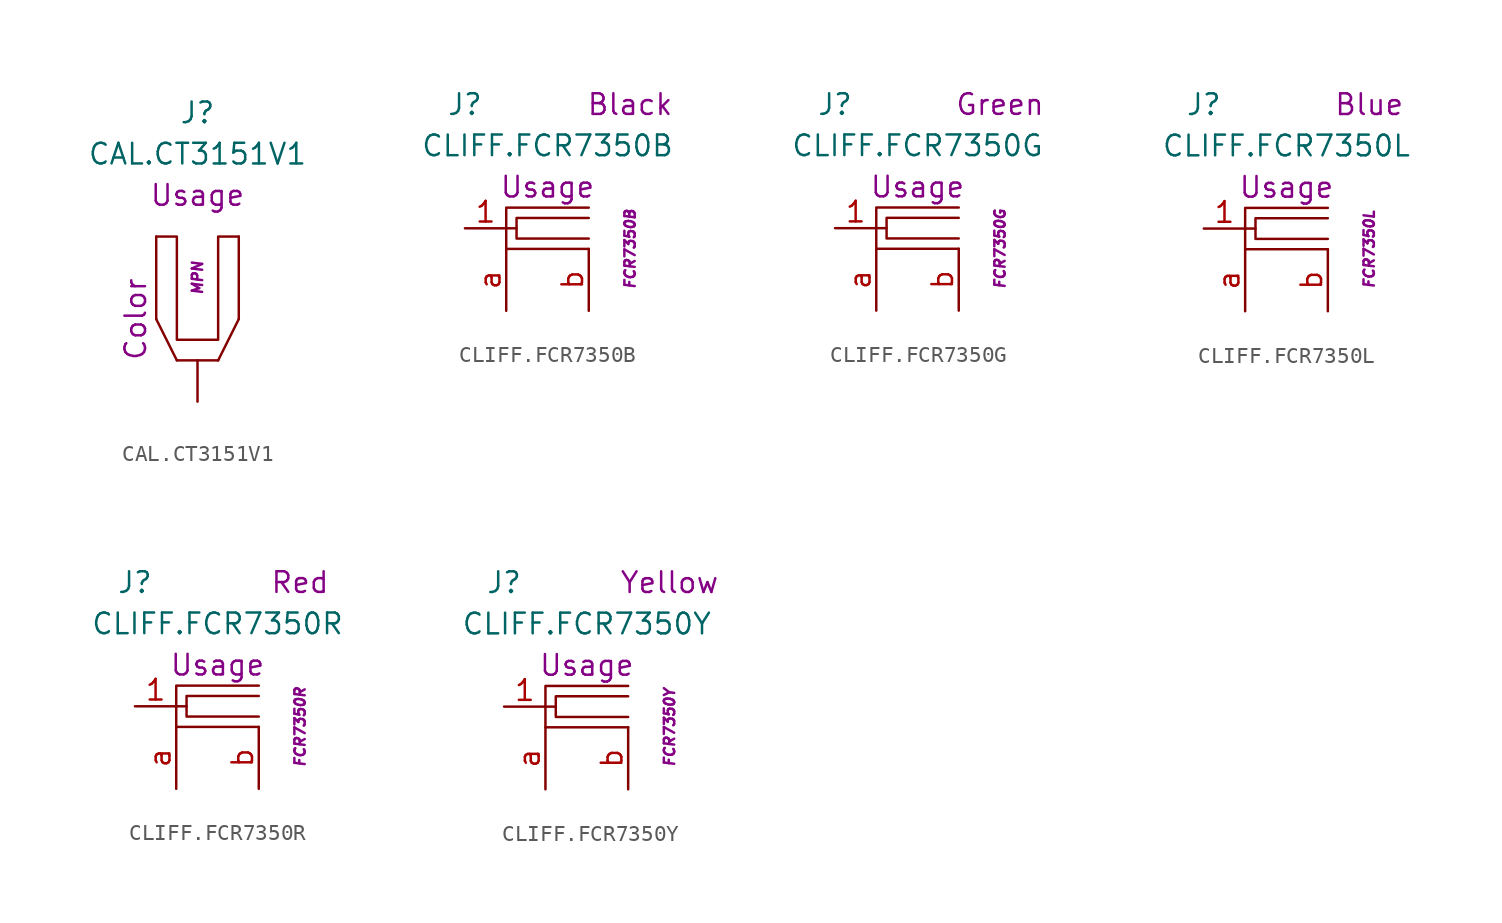
<source format=kicad_sym>
(kicad_symbol_lib
  (version 20201005)
  (generator kicad_symbol_editor)
  (symbol "J.4mm:CAL.CT3151V1"
    (pin_numbers hide)
    (pin_names hide)
    (property "Reference" "J"
      (at 0 12.7 0)
      (effects (font (size 1.27 1.27))))
    (property "Value" "CAL.CT3151V1"
      (at 0 10.16 0)
      (effects (font (size 1.27 1.27))))
    (property "Usage" "Usage"
      (at 0 7.62 0)
      (effects (font (size 1.27 1.27))))
    (property "Color" "Color"
      (at -3.81 0 90)
      (effects (font (size 1.27 1.27))))
    (property "MPN" "MPN"
      (at 0 2.54 90)
      (effects (font (size 0.635 0.635) italic)))
    (symbol "CAL.CT3151V1_0_1"
      (polyline (pts (xy -2.54 0) (xy -2.54 5.08)) (stroke (width 0.152)) (fill (type none)))
      (polyline (pts (xy -2.54 0) (xy -1.27 -2.54)) (stroke (width 0.152)) (fill (type none)))
      (polyline (pts (xy -1.27 -2.54) (xy 1.27 -2.54)) (stroke (width 0.152)) (fill (type none)))
      (polyline (pts (xy 2.54 0) (xy 1.27 -2.54)) (stroke (width 0.152)) (fill (type none)))
      (polyline (pts (xy 2.54 0) (xy 2.54 5.08)) (stroke (width 0.152)) (fill (type none)))
      (polyline (pts (xy -2.54 5.08) (xy -1.27 5.08) (xy -1.27 -1.27) (xy 1.27 -1.27) (xy 1.27 5.08) (xy 2.54 5.08)) (stroke (width 0.152)) (fill (type none))))
    (symbol "CAL.CT3151V1_1_1"
      (pin passive line (at 0 -5.08 90) (length 2.54) (name "1" (effects (font (size 1.27 1.27)))) (number "1" (effects (font (size 1.27 1.27)))))))
  (symbol "J.4mm:CLIFF.FCR7350B"
    (pin_names hide)
    (property "Reference" "J"
      (at -5.08 7.62 0)
      (effects (font (size 1.27 1.27))))
    (property "Value" "CLIFF.FCR7350B"
      (at 0 5.08 0)
      (effects (font (size 1.27 1.27))))
    (property "MPN" "FCR7350B"
      (at 5.08 -1.27 90)
      (effects (font (size 0.635 0.635) italic)))
    (property "Color" "Black"
      (at 5.08 7.62 0)
      (effects (font (size 1.27 1.27))))
    (property "Usage" "Usage"
      (at 0 2.54 0)
      (effects (font (size 1.27 1.27))))
    (symbol "CLIFF.FCR7350B_0_1"
      (polyline (pts (xy -2.54 0) (xy -1.905 0)) (stroke (width 0.152)) (fill (type none)))
      (polyline (pts (xy 2.54 0.635) (xy -1.905 0.635) (xy -1.905 -0.635) (xy 2.54 -0.635)) (stroke (width 0.152)) (fill (type none)))
      (polyline (pts (xy 2.54 1.27) (xy -2.54 1.27) (xy -2.54 -1.27) (xy 2.54 -1.27)) (stroke (width 0.152)) (fill (type none))))
    (symbol "CLIFF.FCR7350B_1_1"
      (pin passive line (at -5.08 0 0) (length 2.54) (name "1" (effects (font (size 1.27 1.27)))) (number "1" (effects (font (size 1.27 1.27)))))
      (pin passive line (at -2.54 -5.08 90) (length 3.81) (name "A" (effects (font (size 1.27 1.27)))) (number "a" (effects (font (size 1.27 1.27)))))
      (pin passive line (at 2.54 -5.08 90) (length 3.81) (name "B" (effects (font (size 1.27 1.27)))) (number "b" (effects (font (size 1.27 1.27)))))))
  (symbol "J.4mm:CLIFF.FCR7350G"
    (pin_names hide)
    (property "Reference" "J"
      (at -5.08 7.62 0)
      (effects (font (size 1.27 1.27))))
    (property "Value" "CLIFF.FCR7350G"
      (at 0 5.08 0)
      (effects (font (size 1.27 1.27))))
    (property "MPN" "FCR7350G"
      (at 5.08 -1.27 90)
      (effects (font (size 0.635 0.635) italic)))
    (property "Color" "Green"
      (at 5.08 7.62 0)
      (effects (font (size 1.27 1.27))))
    (property "Usage" "Usage"
      (at 0 2.54 0)
      (effects (font (size 1.27 1.27))))
    (symbol "CLIFF.FCR7350G_0_1"
      (polyline (pts (xy -2.54 0) (xy -1.905 0)) (stroke (width 0.152)) (fill (type none)))
      (polyline (pts (xy 2.54 0.635) (xy -1.905 0.635) (xy -1.905 -0.635) (xy 2.54 -0.635)) (stroke (width 0.152)) (fill (type none)))
      (polyline (pts (xy 2.54 1.27) (xy -2.54 1.27) (xy -2.54 -1.27) (xy 2.54 -1.27)) (stroke (width 0.152)) (fill (type none))))
    (symbol "CLIFF.FCR7350G_1_1"
      (pin passive line (at -5.08 0 0) (length 2.54) (name "1" (effects (font (size 1.27 1.27)))) (number "1" (effects (font (size 1.27 1.27)))))
      (pin passive line (at -2.54 -5.08 90) (length 3.81) (name "A" (effects (font (size 1.27 1.27)))) (number "a" (effects (font (size 1.27 1.27)))))
      (pin passive line (at 2.54 -5.08 90) (length 3.81) (name "B" (effects (font (size 1.27 1.27)))) (number "b" (effects (font (size 1.27 1.27)))))))
  (symbol "J.4mm:CLIFF.FCR7350L"
    (pin_names hide)
    (property "Reference" "J"
      (at -5.08 7.62 0)
      (effects (font (size 1.27 1.27))))
    (property "Value" "CLIFF.FCR7350L"
      (at 0 5.08 0)
      (effects (font (size 1.27 1.27))))
    (property "MPN" "FCR7350L"
      (at 5.08 -1.27 90)
      (effects (font (size 0.635 0.635) italic)))
    (property "Color" "Blue"
      (at 5.08 7.62 0)
      (effects (font (size 1.27 1.27))))
    (property "Usage" "Usage"
      (at 0 2.54 0)
      (effects (font (size 1.27 1.27))))
    (symbol "CLIFF.FCR7350L_0_1"
      (polyline (pts (xy -2.54 0) (xy -1.905 0)) (stroke (width 0.152)) (fill (type none)))
      (polyline (pts (xy 2.54 0.635) (xy -1.905 0.635) (xy -1.905 -0.635) (xy 2.54 -0.635)) (stroke (width 0.152)) (fill (type none)))
      (polyline (pts (xy 2.54 1.27) (xy -2.54 1.27) (xy -2.54 -1.27) (xy 2.54 -1.27)) (stroke (width 0.152)) (fill (type none))))
    (symbol "CLIFF.FCR7350L_1_1"
      (pin passive line (at -5.08 0 0) (length 2.54) (name "1" (effects (font (size 1.27 1.27)))) (number "1" (effects (font (size 1.27 1.27)))))
      (pin passive line (at -2.54 -5.08 90) (length 3.81) (name "A" (effects (font (size 1.27 1.27)))) (number "a" (effects (font (size 1.27 1.27)))))
      (pin passive line (at 2.54 -5.08 90) (length 3.81) (name "B" (effects (font (size 1.27 1.27)))) (number "b" (effects (font (size 1.27 1.27)))))))
  (symbol "J.4mm:CLIFF.FCR7350R"
    (pin_names hide)
    (property "Reference" "J"
      (at -5.08 7.62 0)
      (effects (font (size 1.27 1.27))))
    (property "Value" "CLIFF.FCR7350R"
      (at 0 5.08 0)
      (effects (font (size 1.27 1.27))))
    (property "MPN" "FCR7350R"
      (at 5.08 -1.27 90)
      (effects (font (size 0.635 0.635) italic)))
    (property "Color" "Red"
      (at 5.08 7.62 0)
      (effects (font (size 1.27 1.27))))
    (property "Usage" "Usage"
      (at 0 2.54 0)
      (effects (font (size 1.27 1.27))))
    (symbol "CLIFF.FCR7350R_0_1"
      (polyline (pts (xy -2.54 0) (xy -1.905 0)) (stroke (width 0.152)) (fill (type none)))
      (polyline (pts (xy 2.54 0.635) (xy -1.905 0.635) (xy -1.905 -0.635) (xy 2.54 -0.635)) (stroke (width 0.152)) (fill (type none)))
      (polyline (pts (xy 2.54 1.27) (xy -2.54 1.27) (xy -2.54 -1.27) (xy 2.54 -1.27)) (stroke (width 0.152)) (fill (type none))))
    (symbol "CLIFF.FCR7350R_1_1"
      (pin passive line (at -5.08 0 0) (length 2.54) (name "1" (effects (font (size 1.27 1.27)))) (number "1" (effects (font (size 1.27 1.27)))))
      (pin passive line (at -2.54 -5.08 90) (length 3.81) (name "A" (effects (font (size 1.27 1.27)))) (number "a" (effects (font (size 1.27 1.27)))))
      (pin passive line (at 2.54 -5.08 90) (length 3.81) (name "B" (effects (font (size 1.27 1.27)))) (number "b" (effects (font (size 1.27 1.27)))))))
  (symbol "J.4mm:CLIFF.FCR7350Y"
    (pin_names hide)
    (property "Reference" "J"
      (at -5.08 7.62 0)
      (effects (font (size 1.27 1.27))))
    (property "Value" "CLIFF.FCR7350Y"
      (at 0 5.08 0)
      (effects (font (size 1.27 1.27))))
    (property "MPN" "FCR7350Y"
      (at 5.08 -1.27 90)
      (effects (font (size 0.635 0.635) italic)))
    (property "Color" "Yellow"
      (at 5.08 7.62 0)
      (effects (font (size 1.27 1.27))))
    (property "Usage" "Usage"
      (at 0 2.54 0)
      (effects (font (size 1.27 1.27))))
    (symbol "CLIFF.FCR7350Y_0_1"
      (polyline (pts (xy -2.54 0) (xy -1.905 0)) (stroke (width 0.152)) (fill (type none)))
      (polyline (pts (xy 2.54 0.635) (xy -1.905 0.635) (xy -1.905 -0.635) (xy 2.54 -0.635)) (stroke (width 0.152)) (fill (type none)))
      (polyline (pts (xy 2.54 1.27) (xy -2.54 1.27) (xy -2.54 -1.27) (xy 2.54 -1.27)) (stroke (width 0.152)) (fill (type none))))
    (symbol "CLIFF.FCR7350Y_1_1"
      (pin passive line (at -5.08 0 0) (length 2.54) (name "1" (effects (font (size 1.27 1.27)))) (number "1" (effects (font (size 1.27 1.27)))))
      (pin passive line (at -2.54 -5.08 90) (length 3.81) (name "A" (effects (font (size 1.27 1.27)))) (number "a" (effects (font (size 1.27 1.27)))))
      (pin passive line (at 2.54 -5.08 90) (length 3.81) (name "B" (effects (font (size 1.27 1.27)))) (number "b" (effects (font (size 1.27 1.27))))))))
</source>
